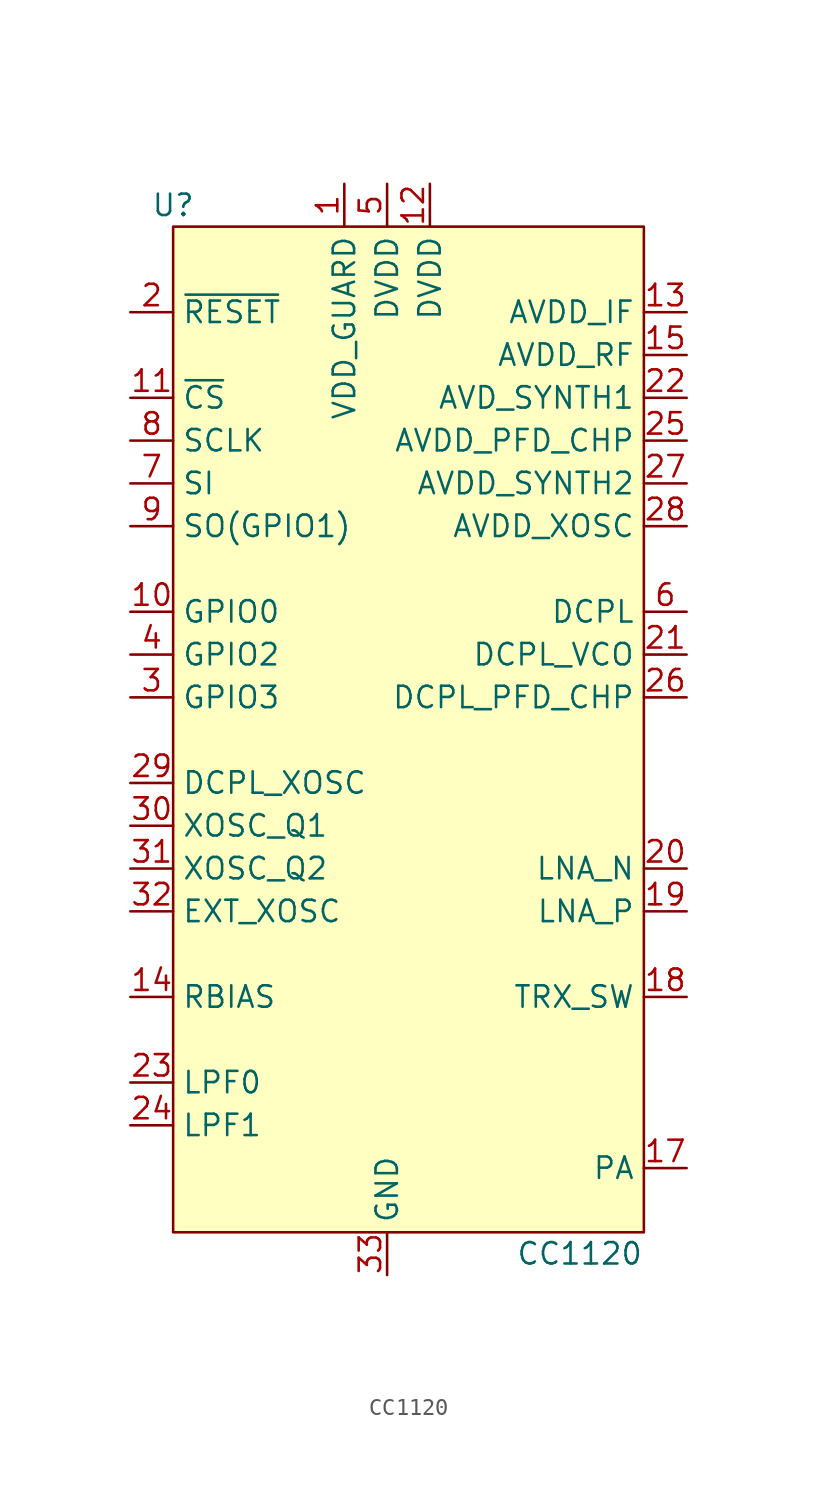
<source format=kicad_sym>
(kicad_symbol_lib
  (version 20211014)
  (generator kicad_symbol_editor)
  (symbol "CC1120"
    (property "Reference" "U"
      (at -12.7 29.21 0)
      (effects (font (size 1.27 1.27))))
    (property "Value" "CC1120"
      (at 11.43 -33.02 0)
      (effects (font (size 1.27 1.27))))
    (symbol "CC1120_0_0"
      (pin power_in line (at -2.54 30.48 270) (length 2.54) (name "VDD_GUARD" (effects (font (size 1.27 1.27)))) (number "1" (effects (font (size 1.27 1.27)))))
      (pin input line (at -15.24 5.08 0) (length 2.54) (name "GPIO0" (effects (font (size 1.27 1.27)))) (number "10" (effects (font (size 1.27 1.27)))))
      (pin input line (at -15.24 17.78 0) (length 2.54) (name "~{CS}" (effects (font (size 1.27 1.27)))) (number "11" (effects (font (size 1.27 1.27)))))
      (pin power_in line (at 2.54 30.48 270) (length 2.54) (name "DVDD" (effects (font (size 1.27 1.27)))) (number "12" (effects (font (size 1.27 1.27)))))
      (pin power_in line (at 17.78 22.86 180) (length 2.54) (name "AVDD_IF" (effects (font (size 1.27 1.27)))) (number "13" (effects (font (size 1.27 1.27)))))
      (pin input line (at -15.24 -17.78 0) (length 2.54) (name "RBIAS" (effects (font (size 1.27 1.27)))) (number "14" (effects (font (size 1.27 1.27)))))
      (pin power_in line (at 17.78 20.32 180) (length 2.54) (name "AVDD_RF" (effects (font (size 1.27 1.27)))) (number "15" (effects (font (size 1.27 1.27)))))
      (pin no_connect line (at 17.78 -25.4 180) (length 2.54) hide (name "N.C." (effects (font (size 1.27 1.27)))) (number "16" (effects (font (size 1.27 1.27)))))
      (pin output line (at 17.78 -27.94 180) (length 2.54) (name "PA" (effects (font (size 1.27 1.27)))) (number "17" (effects (font (size 1.27 1.27)))))
      (pin input line (at 17.78 -17.78 180) (length 2.54) (name "TRX_SW" (effects (font (size 1.27 1.27)))) (number "18" (effects (font (size 1.27 1.27)))))
      (pin input line (at 17.78 -12.7 180) (length 2.54) (name "LNA_P" (effects (font (size 1.27 1.27)))) (number "19" (effects (font (size 1.27 1.27)))))
      (pin input line (at -15.24 22.86 0) (length 2.54) (name "~{RESET}" (effects (font (size 1.27 1.27)))) (number "2" (effects (font (size 1.27 1.27)))))
      (pin tri_state line (at 17.78 -10.16 180) (length 2.54) (name "LNA_N" (effects (font (size 1.27 1.27)))) (number "20" (effects (font (size 1.27 1.27)))))
      (pin power_in line (at 17.78 2.54 180) (length 2.54) (name "DCPL_VCO" (effects (font (size 1.27 1.27)))) (number "21" (effects (font (size 1.27 1.27)))))
      (pin power_in line (at 17.78 17.78 180) (length 2.54) (name "AVD_SYNTH1" (effects (font (size 1.27 1.27)))) (number "22" (effects (font (size 1.27 1.27)))))
      (pin power_in line (at -15.24 -22.86 0) (length 2.54) (name "LPF0" (effects (font (size 1.27 1.27)))) (number "23" (effects (font (size 1.27 1.27)))))
      (pin power_in line (at -15.24 -25.4 0) (length 2.54) (name "LPF1" (effects (font (size 1.27 1.27)))) (number "24" (effects (font (size 1.27 1.27)))))
      (pin power_in line (at 17.78 15.24 180) (length 2.54) (name "AVDD_PFD_CHP" (effects (font (size 1.27 1.27)))) (number "25" (effects (font (size 1.27 1.27)))))
      (pin power_in line (at 17.78 0 180) (length 2.54) (name "DCPL_PFD_CHP" (effects (font (size 1.27 1.27)))) (number "26" (effects (font (size 1.27 1.27)))))
      (pin power_in line (at 17.78 12.7 180) (length 2.54) (name "AVDD_SYNTH2" (effects (font (size 1.27 1.27)))) (number "27" (effects (font (size 1.27 1.27)))))
      (pin power_in line (at 17.78 10.16 180) (length 2.54) (name "AVDD_XOSC" (effects (font (size 1.27 1.27)))) (number "28" (effects (font (size 1.27 1.27)))))
      (pin power_in line (at -15.24 -5.08 0) (length 2.54) (name "DCPL_XOSC" (effects (font (size 1.27 1.27)))) (number "29" (effects (font (size 1.27 1.27)))))
      (pin bidirectional line (at -15.24 0 0) (length 2.54) (name "GPIO3" (effects (font (size 1.27 1.27)))) (number "3" (effects (font (size 1.27 1.27)))))
      (pin bidirectional line (at -15.24 -7.62 0) (length 2.54) (name "XOSC_Q1" (effects (font (size 1.27 1.27)))) (number "30" (effects (font (size 1.27 1.27)))))
      (pin bidirectional line (at -15.24 -10.16 0) (length 2.54) (name "XOSC_Q2" (effects (font (size 1.27 1.27)))) (number "31" (effects (font (size 1.27 1.27)))))
      (pin input line (at -15.24 -12.7 0) (length 2.54) (name "EXT_XOSC" (effects (font (size 1.27 1.27)))) (number "32" (effects (font (size 1.27 1.27)))))
      (pin power_in line (at 0 -34.29 90) (length 2.54) (name "GND" (effects (font (size 1.27 1.27)))) (number "33" (effects (font (size 1.27 1.27)))))
      (pin bidirectional line (at -15.24 2.54 0) (length 2.54) (name "GPIO2" (effects (font (size 1.27 1.27)))) (number "4" (effects (font (size 1.27 1.27)))))
      (pin power_in line (at 0 30.48 270) (length 2.54) (name "DVDD" (effects (font (size 1.27 1.27)))) (number "5" (effects (font (size 1.27 1.27)))))
      (pin power_in line (at 17.78 5.08 180) (length 2.54) (name "DCPL" (effects (font (size 1.27 1.27)))) (number "6" (effects (font (size 1.27 1.27)))))
      (pin input line (at -15.24 12.7 0) (length 2.54) (name "SI" (effects (font (size 1.27 1.27)))) (number "7" (effects (font (size 1.27 1.27)))))
      (pin input line (at -15.24 15.24 0) (length 2.54) (name "SCLK" (effects (font (size 1.27 1.27)))) (number "8" (effects (font (size 1.27 1.27)))))
      (pin input line (at -15.24 10.16 0) (length 2.54) (name "SO(GPIO1)" (effects (font (size 1.27 1.27)))) (number "9" (effects (font (size 1.27 1.27))))))
    (symbol "CC1120_0_1"
      (rectangle (start -12.7 27.94) (end 15.24 -31.75) (stroke (width 0) (type default) (color 0 0 0 0)) (fill (type background))))))
</source>
